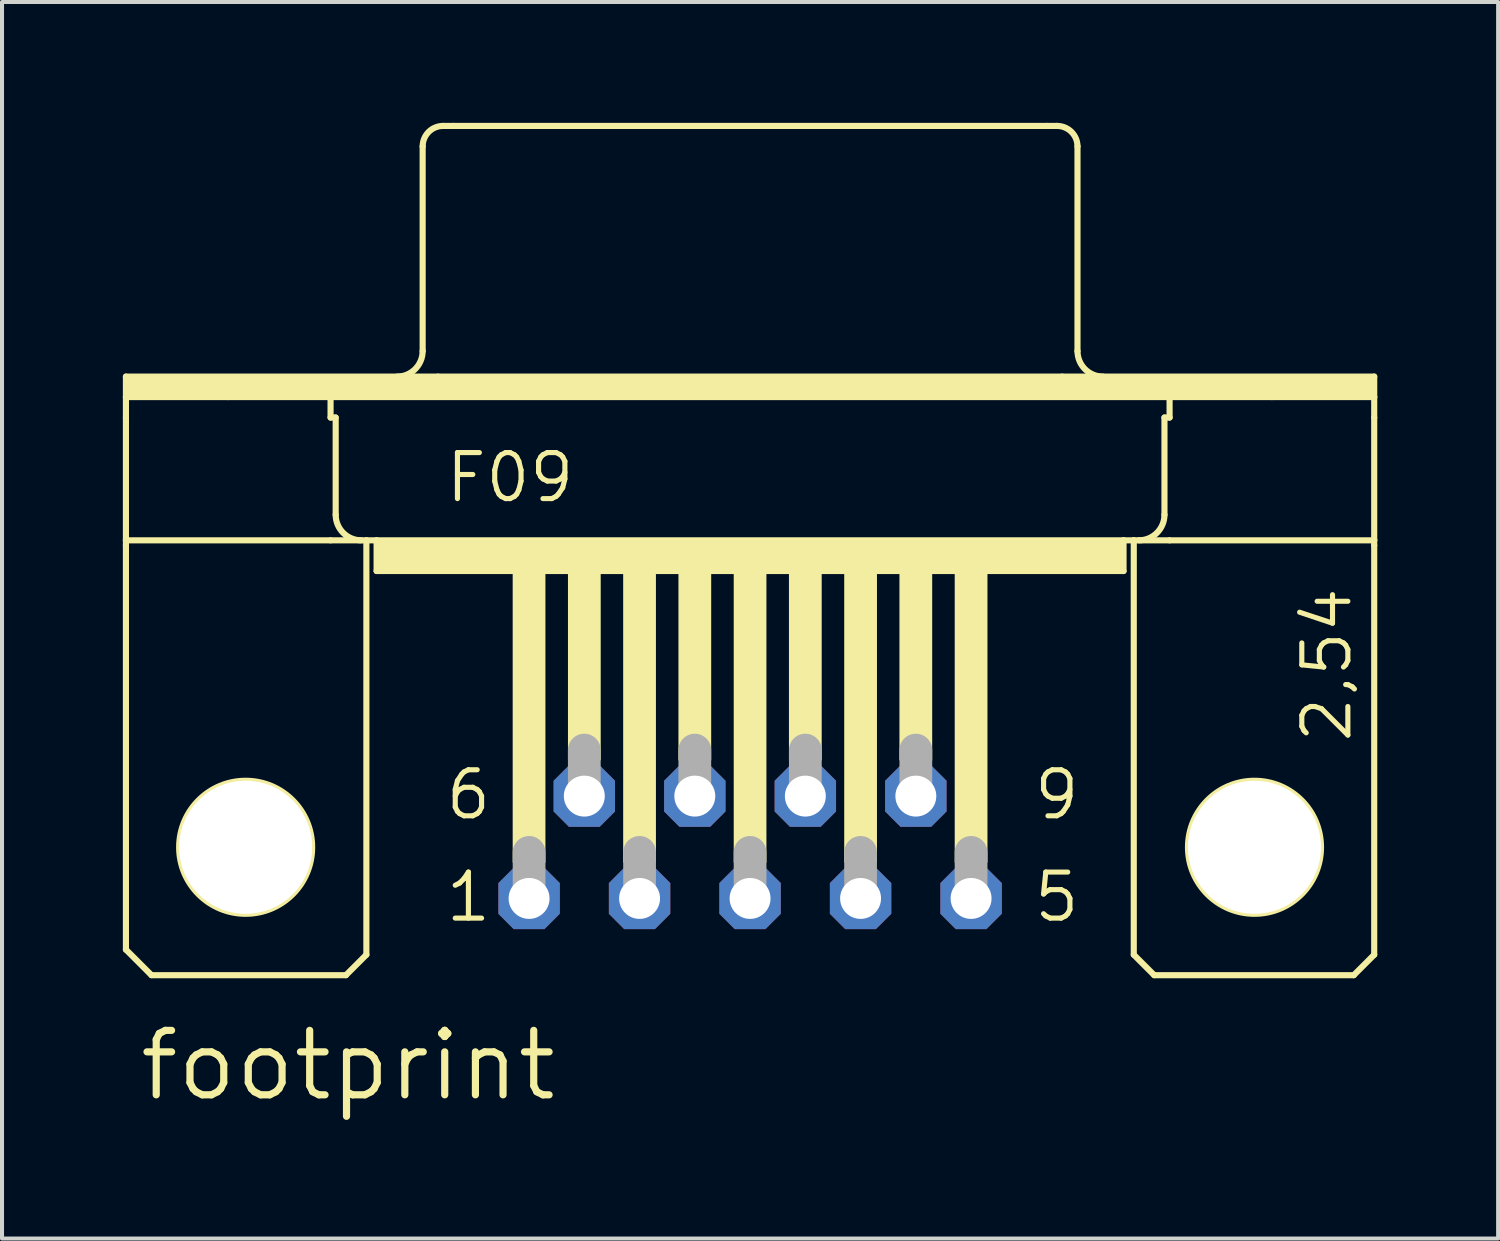
<source format=kicad_pcb>
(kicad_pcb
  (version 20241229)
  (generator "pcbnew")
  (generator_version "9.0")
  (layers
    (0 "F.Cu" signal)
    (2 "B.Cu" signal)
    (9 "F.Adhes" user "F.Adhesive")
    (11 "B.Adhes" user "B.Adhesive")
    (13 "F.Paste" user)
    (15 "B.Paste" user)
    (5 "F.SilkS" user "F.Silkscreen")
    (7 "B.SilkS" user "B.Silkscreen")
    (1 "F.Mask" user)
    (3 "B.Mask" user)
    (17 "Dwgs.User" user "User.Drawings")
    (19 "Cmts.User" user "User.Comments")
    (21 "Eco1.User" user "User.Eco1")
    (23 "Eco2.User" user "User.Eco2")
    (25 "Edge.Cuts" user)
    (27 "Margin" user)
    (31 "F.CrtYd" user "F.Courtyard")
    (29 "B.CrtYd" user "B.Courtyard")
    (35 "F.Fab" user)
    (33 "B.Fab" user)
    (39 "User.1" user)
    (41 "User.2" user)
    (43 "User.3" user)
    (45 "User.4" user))
  (footprint "footprint"
    (layer "F.Cu")
    (at 15.57 17.983)
    (property "Reference" "footprint" (at -15.24 6.35 0) (layer "F.SilkS") (effects (font (size 1.6 1.6) (thickness 0.178)) (justify left bottom)))
    (fp_line (start -15.494 -11.684) (end -7.747 -11.684) (stroke (width 0.152) (type solid)) (layer "F.SilkS"))
    (fp_line (start -15.494 -11.176) (end -15.494 -11.684) (stroke (width 0.152) (type solid)) (layer "F.SilkS"))
    (fp_line (start -15.494 -11.176) (end -12.954 -11.176) (stroke (width 0.152) (type solid)) (layer "F.SilkS"))
    (fp_line (start -15.494 -10.668) (end -15.494 -11.176) (stroke (width 0.152) (type solid)) (layer "F.SilkS"))
    (fp_line (start -15.494 -7.62) (end -15.494 -10.668) (stroke (width 0.152) (type solid)) (layer "F.SilkS"))
    (fp_line (start -15.494 -7.62) (end -15.494 -7.493) (stroke (width 0.152) (type solid)) (layer "F.SilkS"))
    (fp_line (start -15.494 -7.62) (end -10.414 -7.62) (stroke (width 0.152) (type solid)) (layer "F.SilkS"))
    (fp_line (start -15.494 2.54) (end -15.494 -7.493) (stroke (width 0.152) (type solid)) (layer "F.SilkS"))
    (fp_line (start -14.859 3.175) (end -15.494 2.54) (stroke (width 0.152) (type solid)) (layer "F.SilkS"))
    (fp_line (start -12.954 -11.176) (end -10.414 -11.176) (stroke (width 0.152) (type solid)) (layer "F.SilkS"))
    (fp_line (start -10.414 -11.176) (end 10.414 -11.176) (stroke (width 0.152) (type solid)) (layer "F.SilkS"))
    (fp_line (start -10.414 -10.668) (end -10.414 -11.176) (stroke (width 0.152) (type solid)) (layer "F.SilkS"))
    (fp_line (start -10.414 -10.668) (end -10.287 -10.668) (stroke (width 0.152) (type solid)) (layer "F.SilkS"))
    (fp_line (start -10.414 -7.62) (end -9.525 -7.62) (stroke (width 0.152) (type solid)) (layer "F.SilkS"))
    (fp_line (start -10.287 -8.255) (end -10.287 -10.668) (stroke (width 0.152) (type solid)) (layer "F.SilkS"))
    (fp_line (start -10.033 3.175) (end -14.859 3.175) (stroke (width 0.152) (type solid)) (layer "F.SilkS"))
    (fp_line (start -10.033 3.175) (end -9.525 2.667) (stroke (width 0.152) (type solid)) (layer "F.SilkS"))
    (fp_line (start -9.525 -7.62) (end -9.271 -7.62) (stroke (width 0.152) (type solid)) (layer "F.SilkS"))
    (fp_line (start -9.525 2.667) (end -9.525 -7.62) (stroke (width 0.152) (type solid)) (layer "F.SilkS"))
    (fp_line (start -9.271 -7.62) (end -9.271 -6.858) (stroke (width 0.152) (type solid)) (layer "F.SilkS"))
    (fp_line (start -9.271 -7.62) (end 9.271 -7.62) (stroke (width 0.152) (type solid)) (layer "F.SilkS"))
    (fp_line (start -9.271 -6.858) (end 9.271 -6.858) (stroke (width 0.152) (type solid)) (layer "F.SilkS"))
    (fp_line (start -8.128 -12.319) (end -8.128 -17.399) (stroke (width 0.152) (type solid)) (layer "F.SilkS"))
    (fp_line (start -7.62 -17.907) (end -7.366 -17.907) (stroke (width 0.152) (type solid)) (layer "F.SilkS"))
    (fp_line (start -7.366 -17.907) (end 7.366 -17.907) (stroke (width 0.152) (type solid)) (layer "F.SilkS"))
    (fp_line (start 7.366 -17.907) (end 7.62 -17.907) (stroke (width 0.152) (type solid)) (layer "F.SilkS"))
    (fp_line (start 7.747 -11.684) (end -7.747 -11.684) (stroke (width 0.152) (type solid)) (layer "F.SilkS"))
    (fp_line (start 7.747 -11.684) (end 15.494 -11.684) (stroke (width 0.152) (type solid)) (layer "F.SilkS"))
    (fp_line (start 8.128 -12.319) (end 8.128 -17.399) (stroke (width 0.152) (type solid)) (layer "F.SilkS"))
    (fp_line (start 9.271 -7.62) (end 9.271 -6.858) (stroke (width 0.152) (type solid)) (layer "F.SilkS"))
    (fp_line (start 9.271 -7.62) (end 9.525 -7.62) (stroke (width 0.152) (type solid)) (layer "F.SilkS"))
    (fp_line (start 9.525 -7.62) (end 10.414 -7.62) (stroke (width 0.152) (type solid)) (layer "F.SilkS"))
    (fp_line (start 9.525 2.667) (end 9.525 -7.62) (stroke (width 0.152) (type solid)) (layer "F.SilkS"))
    (fp_line (start 9.525 2.667) (end 10.033 3.175) (stroke (width 0.152) (type solid)) (layer "F.SilkS"))
    (fp_line (start 10.033 3.175) (end 14.986 3.175) (stroke (width 0.152) (type solid)) (layer "F.SilkS"))
    (fp_line (start 10.287 -10.668) (end 10.414 -10.668) (stroke (width 0.152) (type solid)) (layer "F.SilkS"))
    (fp_line (start 10.287 -8.255) (end 10.287 -10.668) (stroke (width 0.152) (type solid)) (layer "F.SilkS"))
    (fp_line (start 10.414 -11.176) (end 12.954 -11.176) (stroke (width 0.152) (type solid)) (layer "F.SilkS"))
    (fp_line (start 10.414 -10.668) (end 10.414 -11.176) (stroke (width 0.152) (type solid)) (layer "F.SilkS"))
    (fp_line (start 10.414 -7.62) (end 15.494 -7.62) (stroke (width 0.152) (type solid)) (layer "F.SilkS"))
    (fp_line (start 12.954 -11.176) (end 15.494 -11.176) (stroke (width 0.152) (type solid)) (layer "F.SilkS"))
    (fp_line (start 14.986 3.175) (end 15.494 2.667) (stroke (width 0.152) (type solid)) (layer "F.SilkS"))
    (fp_line (start 15.494 -11.684) (end 15.494 -11.176) (stroke (width 0.152) (type solid)) (layer "F.SilkS"))
    (fp_line (start 15.494 -11.176) (end 15.494 -10.668) (stroke (width 0.152) (type solid)) (layer "F.SilkS"))
    (fp_line (start 15.494 -10.668) (end 15.494 -7.62) (stroke (width 0.152) (type solid)) (layer "F.SilkS"))
    (fp_line (start 15.494 -7.62) (end 15.494 -7.493) (stroke (width 0.152) (type solid)) (layer "F.SilkS"))
    (fp_line (start 15.494 2.667) (end 15.494 -7.493) (stroke (width 0.152) (type solid)) (layer "F.SilkS"))
    (fp_arc (start -9.652 -7.62) (mid -10.101013 -7.805987) (end -10.287 -8.255) (stroke (width 0.1524) (type solid)) (layer "F.SilkS"))
    (fp_arc (start -8.128 -17.399) (mid -7.97921 -17.75821) (end -7.62 -17.907) (stroke (width 0.1524) (type solid)) (layer "F.SilkS"))
    (fp_arc (start -8.128 -12.319) (mid -8.313987 -11.869987) (end -8.763 -11.684) (stroke (width 0.1524) (type solid)) (layer "F.SilkS"))
    (fp_arc (start 7.62 -17.907) (mid 7.97921 -17.75821) (end 8.128 -17.399) (stroke (width 0.1524) (type solid)) (layer "F.SilkS"))
    (fp_arc (start 8.763 -11.684) (mid 8.313987 -11.869987) (end 8.128 -12.319) (stroke (width 0.1524) (type solid)) (layer "F.SilkS"))
    (fp_arc (start 10.287 -8.255) (mid 10.101013 -7.805987) (end 9.652 -7.62) (stroke (width 0.1524) (type solid)) (layer "F.SilkS"))
    (fp_circle (center -12.522 0) (end -10.871 0) (stroke (width 0.152) (type solid)) (fill no) (layer "F.SilkS"))
    (fp_circle (center 12.522 0) (end 14.173 0) (stroke (width 0.152) (type solid)) (fill no) (layer "F.SilkS"))
    (fp_poly (pts (xy -15.494 -11.176) (xy 15.494 -11.176) (xy 15.494 -11.684) (xy -15.494 -11.684)) (stroke (width 0) (type solid)) (fill yes) (layer "F.SilkS"))
    (fp_poly (pts (xy -9.271 -6.858) (xy 9.271 -6.858) (xy 9.271 -7.62) (xy -9.271 -7.62)) (stroke (width 0) (type solid)) (fill yes) (layer "F.SilkS"))
    (fp_poly (pts (xy -5.893 0.381) (xy -5.08 0.381) (xy -5.08 -6.858) (xy -5.893 -6.858)) (stroke (width 0) (type solid)) (fill yes) (layer "F.SilkS"))
    (fp_poly (pts (xy -4.521 -2.159) (xy -3.708 -2.159) (xy -3.708 -6.858) (xy -4.521 -6.858)) (stroke (width 0) (type solid)) (fill yes) (layer "F.SilkS"))
    (fp_poly (pts (xy -3.15 0.381) (xy -2.337 0.381) (xy -2.337 -6.858) (xy -3.15 -6.858)) (stroke (width 0) (type solid)) (fill yes) (layer "F.SilkS"))
    (fp_poly (pts (xy -1.778 -2.159) (xy -0.965 -2.159) (xy -0.965 -6.858) (xy -1.778 -6.858)) (stroke (width 0) (type solid)) (fill yes) (layer "F.SilkS"))
    (fp_poly (pts (xy -0.406 0.381) (xy 0.406 0.381) (xy 0.406 -6.858) (xy -0.406 -6.858)) (stroke (width 0) (type solid)) (fill yes) (layer "F.SilkS"))
    (fp_poly (pts (xy 0.965 -2.159) (xy 1.778 -2.159) (xy 1.778 -6.858) (xy 0.965 -6.858)) (stroke (width 0) (type solid)) (fill yes) (layer "F.SilkS"))
    (fp_poly (pts (xy 2.337 0.381) (xy 3.15 0.381) (xy 3.15 -6.858) (xy 2.337 -6.858)) (stroke (width 0) (type solid)) (fill yes) (layer "F.SilkS"))
    (fp_poly (pts (xy 3.708 -2.159) (xy 4.521 -2.159) (xy 4.521 -6.858) (xy 3.708 -6.858)) (stroke (width 0) (type solid)) (fill yes) (layer "F.SilkS"))
    (fp_poly (pts (xy 5.08 0.381) (xy 5.893 0.381) (xy 5.893 -6.858) (xy 5.08 -6.858)) (stroke (width 0) (type solid)) (fill yes) (layer "F.SilkS"))
    (fp_line (start -5.486 1.143) (end -5.486 0.127) (stroke (width 0.813) (type solid)) (layer "F.Fab"))
    (fp_line (start -4.115 -1.397) (end -4.115 -2.413) (stroke (width 0.813) (type solid)) (layer "F.Fab"))
    (fp_line (start -2.743 1.143) (end -2.743 0.127) (stroke (width 0.813) (type solid)) (layer "F.Fab"))
    (fp_line (start -1.372 -1.397) (end -1.372 -2.413) (stroke (width 0.813) (type solid)) (layer "F.Fab"))
    (fp_line (start 0 1.143) (end 0 0.127) (stroke (width 0.813) (type solid)) (layer "F.Fab"))
    (fp_line (start 1.372 -1.397) (end 1.372 -2.413) (stroke (width 0.813) (type solid)) (layer "F.Fab"))
    (fp_line (start 2.743 1.143) (end 2.743 0.127) (stroke (width 0.813) (type solid)) (layer "F.Fab"))
    (fp_line (start 4.115 -1.397) (end 4.115 -2.413) (stroke (width 0.813) (type solid)) (layer "F.Fab"))
    (fp_line (start 5.486 1.143) (end 5.486 0.127) (stroke (width 0.813) (type solid)) (layer "F.Fab"))
    (fp_text user "6" (at -7.62 -0.635 0) (layer "F.SilkS") (effects (font (size 1.143 1.143) (thickness 0.127)) (justify left bottom)))
    (fp_text user "9" (at 6.985 -0.635 0) (layer "F.SilkS") (effects (font (size 1.143 1.143) (thickness 0.127)) (justify left bottom)))
    (fp_text user "2,54" (at 14.986 -2.54 90) (layer "F.SilkS") (effects (font (size 1.143 1.143) (thickness 0.127)) (justify left bottom)))
    (fp_text user "5" (at 6.985 1.905 0) (layer "F.SilkS") (effects (font (size 1.143 1.143) (thickness 0.127)) (justify left bottom)))
    (fp_text user "1" (at -7.62 1.905 0) (layer "F.SilkS") (effects (font (size 1.143 1.143) (thickness 0.127)) (justify left bottom)))
    (fp_text user "F09" (at -7.62 -8.509 0) (layer "F.SilkS") (effects (font (size 1.143 1.143) (thickness 0.127)) (justify left bottom)))
    (pad "" np_thru_hole circle (at -12.522 0) (size 3.302 3.302) (drill 3.302) (layers "*.Cu" "*.Mask"))
    (pad "" np_thru_hole circle (at 12.522 0) (size 3.302 3.302) (drill 3.302) (layers "*.Cu" "*.Mask"))
    (pad "1" thru_hole roundrect (at -5.486 1.27) (size 1.524 1.524) (drill 1.016) (layers "*.Cu" "*.Mask") (roundrect_rratio 0.25) (chamfer_ratio 0.25) (chamfer top_left top_right bottom_left bottom_right))
    (pad "2" thru_hole roundrect (at -2.743 1.27) (size 1.524 1.524) (drill 1.016) (layers "*.Cu" "*.Mask") (roundrect_rratio 0.25) (chamfer_ratio 0.25) (chamfer top_left top_right bottom_left bottom_right))
    (pad "3" thru_hole roundrect (at 0 1.27) (size 1.524 1.524) (drill 1.016) (layers "*.Cu" "*.Mask") (roundrect_rratio 0.25) (chamfer_ratio 0.25) (chamfer top_left top_right bottom_left bottom_right))
    (pad "4" thru_hole roundrect (at 2.743 1.27) (size 1.524 1.524) (drill 1.016) (layers "*.Cu" "*.Mask") (roundrect_rratio 0.25) (chamfer_ratio 0.25) (chamfer top_left top_right bottom_left bottom_right))
    (pad "5" thru_hole roundrect (at 5.486 1.27) (size 1.524 1.524) (drill 1.016) (layers "*.Cu" "*.Mask") (roundrect_rratio 0.25) (chamfer_ratio 0.25) (chamfer top_left top_right bottom_left bottom_right))
    (pad "6" thru_hole roundrect (at -4.115 -1.27) (size 1.524 1.524) (drill 1.016) (layers "*.Cu" "*.Mask") (roundrect_rratio 0.25) (chamfer_ratio 0.25) (chamfer top_left top_right bottom_left bottom_right))
    (pad "7" thru_hole roundrect (at -1.372 -1.27) (size 1.524 1.524) (drill 1.016) (layers "*.Cu" "*.Mask") (roundrect_rratio 0.25) (chamfer_ratio 0.25) (chamfer top_left top_right bottom_left bottom_right))
    (pad "8" thru_hole roundrect (at 1.372 -1.27) (size 1.524 1.524) (drill 1.016) (layers "*.Cu" "*.Mask") (roundrect_rratio 0.25) (chamfer_ratio 0.25) (chamfer top_left top_right bottom_left bottom_right))
    (pad "9" thru_hole roundrect (at 4.115 -1.27) (size 1.524 1.524) (drill 1.016) (layers "*.Cu" "*.Mask") (roundrect_rratio 0.25) (chamfer_ratio 0.25) (chamfer top_left top_right bottom_left bottom_right))
    (zone (net_name "") (layers "F.Cu" "B.Cu") (hatch edge 0.508) (connect_pads) (min_thickness 0.254) (filled_areas_thickness no) (keepout (tracks allowed) (vias not_allowed) (pads allowed) (copperpour allowed) (footprints allowed)) (placement (enabled no)) (fill) (polygon (pts (xy 5.715 17.983) (xy 5.674 17.52) (xy 5.554 17.071) (xy 5.358 16.65) (xy 5.091 16.269) (xy 4.762 15.94) (xy 4.381 15.674) (xy 3.96 15.477) (xy 3.511 15.357) (xy 3.048 15.316) (xy 2.585 15.357) (xy 2.136 15.477) (xy 1.714 15.674) (xy 1.334 15.94) (xy 1.005 16.269) (xy 0.738 16.65) (xy 0.542 17.071) (xy 0.422 17.52) (xy 0.381 17.983) (xy 0.422 18.446) (xy 0.542 18.895) (xy 0.738 19.317) (xy 1.005 19.698) (xy 1.334 20.026) (xy 1.714 20.293) (xy 2.136 20.489) (xy 2.585 20.61) (xy 3.048 20.65) (xy 3.511 20.61) (xy 3.96 20.489) (xy 4.381 20.293) (xy 4.762 20.026) (xy 5.091 19.698) (xy 5.358 19.317) (xy 5.554 18.895) (xy 5.674 18.446))))
    (zone (net_name "") (layers "F.Cu" "B.Cu") (hatch edge 0.508) (connect_pads) (min_thickness 0.254) (filled_areas_thickness no) (keepout (tracks allowed) (vias not_allowed) (pads allowed) (copperpour allowed) (footprints allowed)) (placement (enabled no)) (fill) (polygon (pts (xy 30.759 17.983) (xy 30.719 17.52) (xy 30.599 17.071) (xy 30.402 16.65) (xy 30.135 16.269) (xy 29.807 15.94) (xy 29.426 15.674) (xy 29.005 15.477) (xy 28.556 15.357) (xy 28.092 15.316) (xy 27.629 15.357) (xy 27.18 15.477) (xy 26.759 15.674) (xy 26.378 15.94) (xy 26.049 16.269) (xy 25.783 16.65) (xy 25.586 17.071) (xy 25.466 17.52) (xy 25.425 17.983) (xy 25.466 18.446) (xy 25.586 18.895) (xy 25.783 19.317) (xy 26.049 19.698) (xy 26.378 20.026) (xy 26.759 20.293) (xy 27.18 20.489) (xy 27.629 20.61) (xy 28.092 20.65) (xy 28.556 20.61) (xy 29.005 20.489) (xy 29.426 20.293) (xy 29.807 20.026) (xy 30.135 19.698) (xy 30.402 19.317) (xy 30.599 18.895) (xy 30.719 18.446))))
    (zone (net_name "") (layer "B.Cu") (hatch edge 0.508) (connect_pads) (min_thickness 0.254) (filled_areas_thickness no) (keepout (tracks not_allowed) (vias not_allowed) (pads not_allowed) (copperpour not_allowed) (footprints allowed)) (placement (enabled no)) (fill) (polygon (pts (xy 5.715 17.983) (xy 5.674 17.52) (xy 5.554 17.071) (xy 5.358 16.65) (xy 5.091 16.269) (xy 4.762 15.94) (xy 4.381 15.674) (xy 3.96 15.477) (xy 3.511 15.357) (xy 3.048 15.316) (xy 2.585 15.357) (xy 2.136 15.477) (xy 1.714 15.674) (xy 1.334 15.94) (xy 1.005 16.269) (xy 0.738 16.65) (xy 0.542 17.071) (xy 0.422 17.52) (xy 0.381 17.983) (xy 0.422 18.446) (xy 0.542 18.895) (xy 0.738 19.317) (xy 1.005 19.698) (xy 1.334 20.026) (xy 1.714 20.293) (xy 2.136 20.489) (xy 2.585 20.61) (xy 3.048 20.65) (xy 3.511 20.61) (xy 3.96 20.489) (xy 4.381 20.293) (xy 4.762 20.026) (xy 5.091 19.698) (xy 5.358 19.317) (xy 5.554 18.895) (xy 5.674 18.446))))
    (zone (net_name "") (layer "B.Cu") (hatch edge 0.508) (connect_pads) (min_thickness 0.254) (filled_areas_thickness no) (keepout (tracks not_allowed) (vias not_allowed) (pads not_allowed) (copperpour not_allowed) (footprints allowed)) (placement (enabled no)) (fill) (polygon (pts (xy 30.759 17.983) (xy 30.719 17.52) (xy 30.599 17.071) (xy 30.402 16.65) (xy 30.135 16.269) (xy 29.807 15.94) (xy 29.426 15.674) (xy 29.005 15.477) (xy 28.556 15.357) (xy 28.092 15.316) (xy 27.629 15.357) (xy 27.18 15.477) (xy 26.759 15.674) (xy 26.378 15.94) (xy 26.049 16.269) (xy 25.783 16.65) (xy 25.586 17.071) (xy 25.466 17.52) (xy 25.425 17.983) (xy 25.466 18.446) (xy 25.586 18.895) (xy 25.783 19.317) (xy 26.049 19.698) (xy 26.378 20.026) (xy 26.759 20.293) (xy 27.18 20.489) (xy 27.629 20.61) (xy 28.092 20.65) (xy 28.556 20.61) (xy 29.005 20.489) (xy 29.426 20.293) (xy 29.807 20.026) (xy 30.135 19.698) (xy 30.402 19.317) (xy 30.599 18.895) (xy 30.719 18.446)))))
  (gr_rect
    (start -3 -3)
    (end 34.14 27.696)
    (stroke (width 0.1) (type default))
    (fill no)
    (layer "Edge.Cuts")))
</source>
